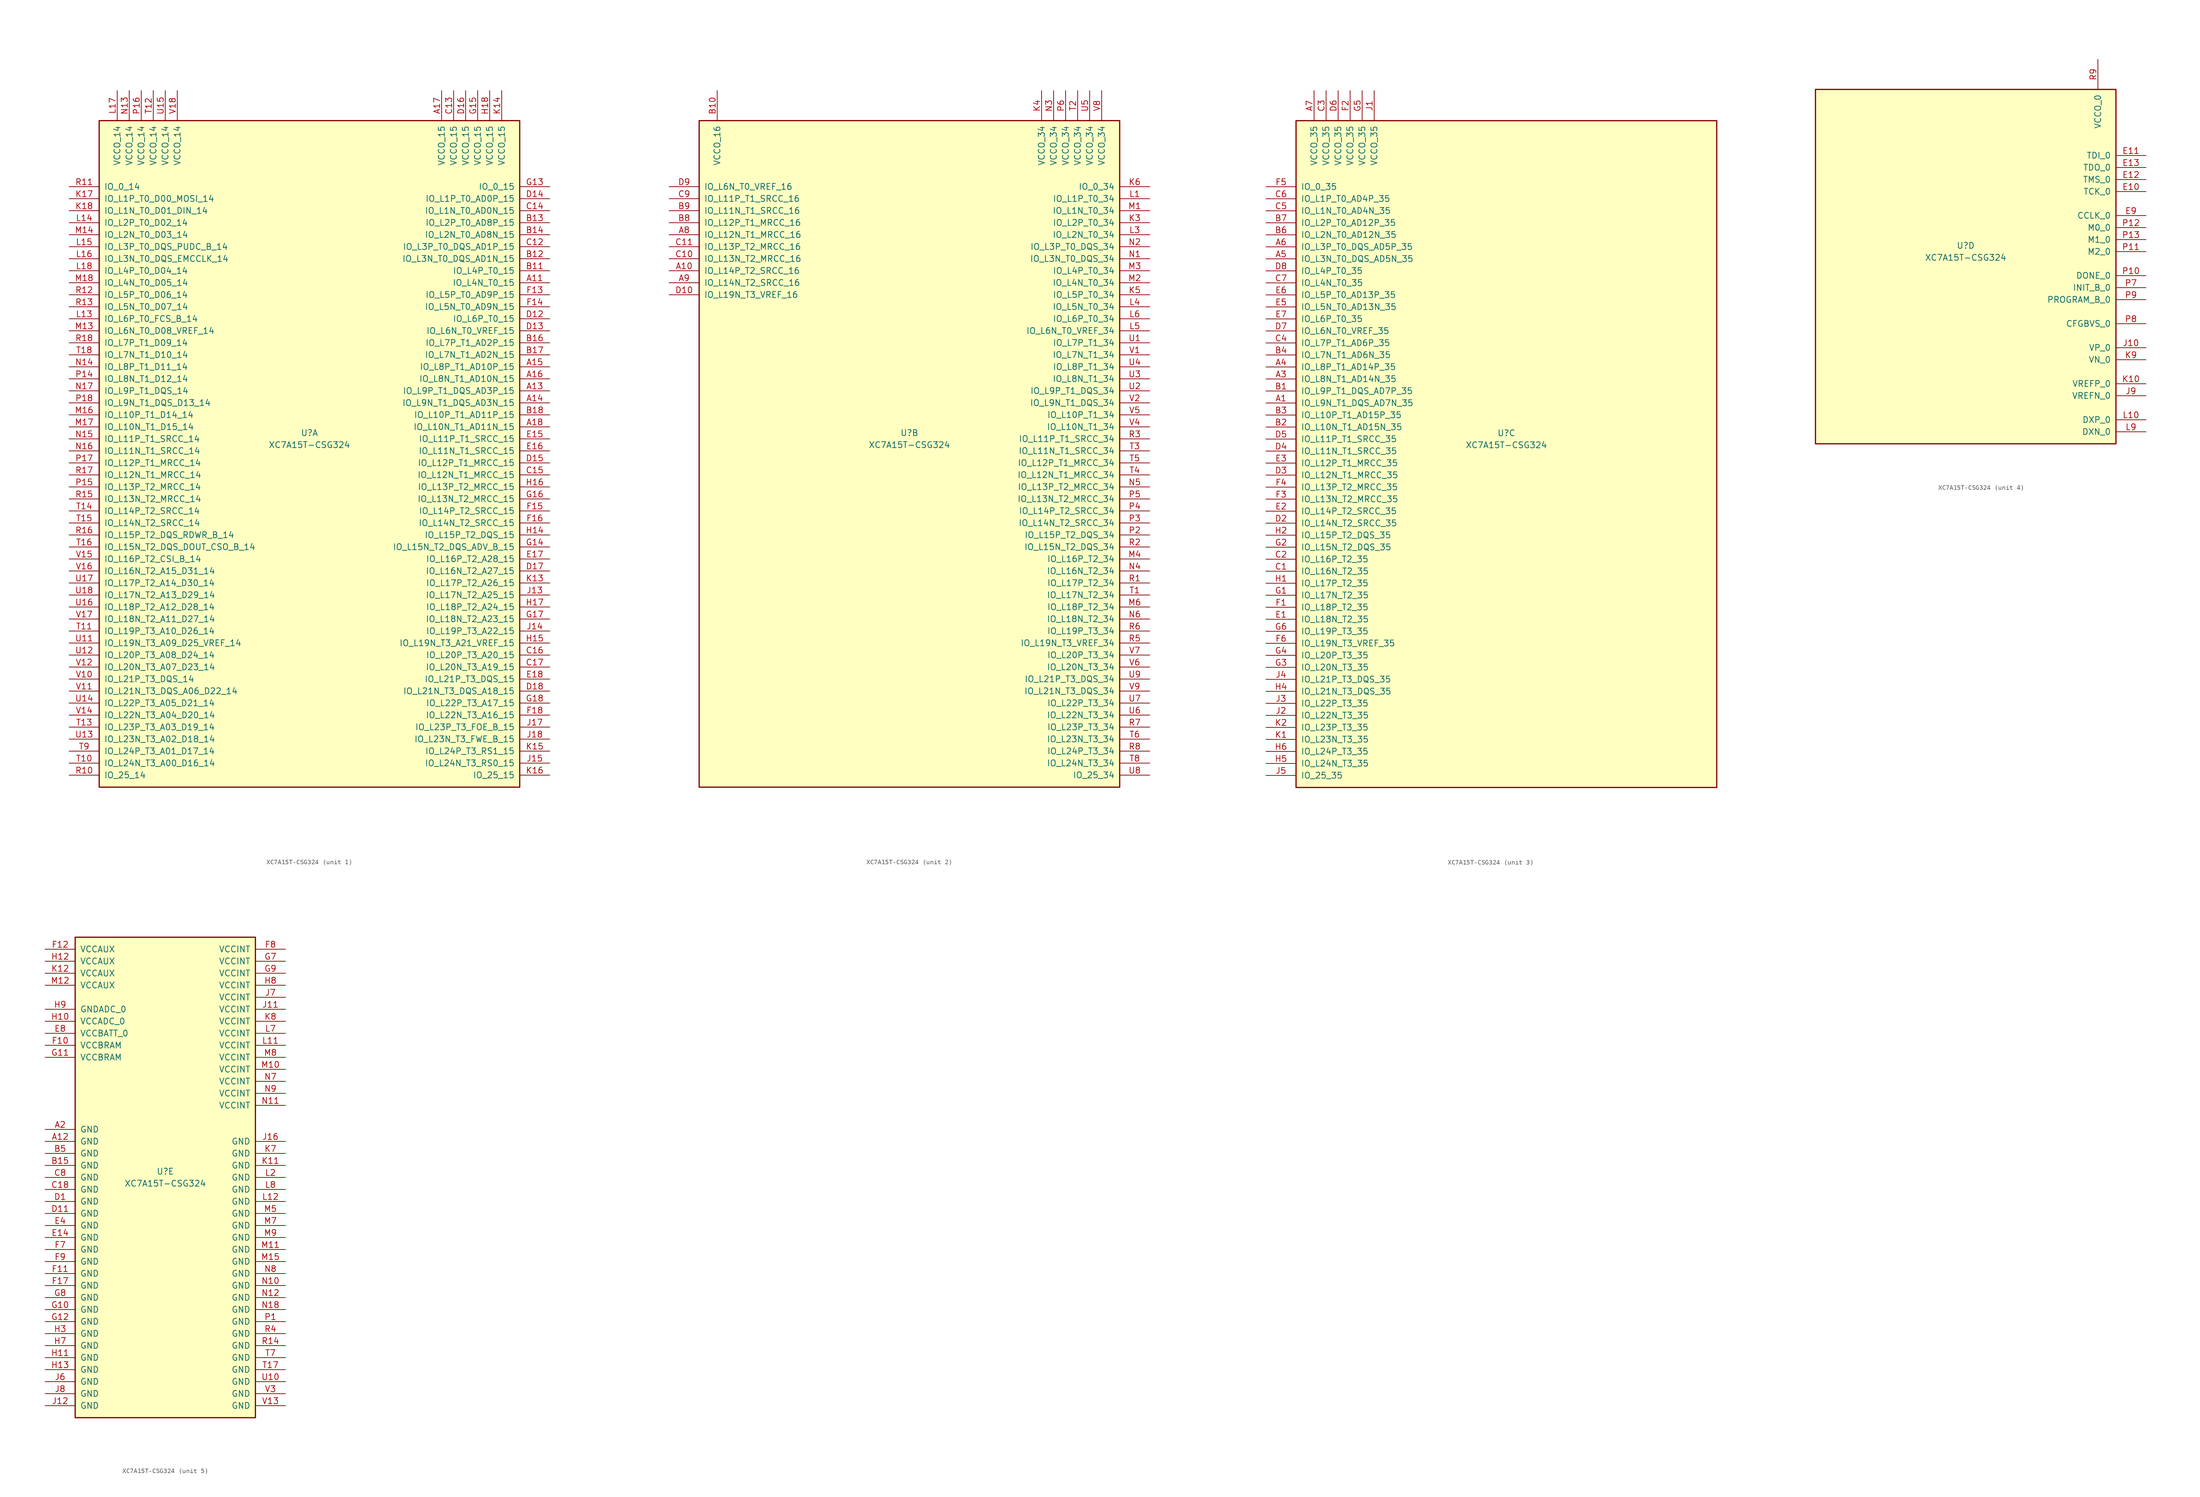
<source format=kicad_sym>
(kicad_symbol_lib
  (version 20211014)
  (generator kicad_symbol_editor)
  (symbol "XC7A15T-CSG324"
    (pin_names
      (offset 1.016))
    (property "Reference" "U"
      (at 0 1.27 0)
      (effects (font (size 1.27 1.27))))
    (property "Value" "XC7A15T-CSG324"
      (at 0 -1.27 0)
      (effects (font (size 1.27 1.27))))
    (property "Datasheet" ""
      (at 0 0 0)
      (effects (font (size 1.27 1.27))))
    (property "ki_locked" ""
      (at 0 0 0)
      (effects (font (size 1.27 1.27))))
    (symbol "XC7A15T-CSG324_1_1"
      (rectangle (start -44.45 67.31) (end 44.45 -73.66) (stroke (width 0.254) (type default) (color 0 0 0 0)) (fill (type background)))
      (pin bidirectional line (at 50.8 33.02 180) (length 6.35) (name "IO_L4N_T0_15" (effects (font (size 1.27 1.27)))) (number "A11" (effects (font (size 1.27 1.27)))))
      (pin bidirectional line (at 50.8 10.16 180) (length 6.35) (name "IO_L9P_T1_DQS_AD3P_15" (effects (font (size 1.27 1.27)))) (number "A13" (effects (font (size 1.27 1.27)))))
      (pin bidirectional line (at 50.8 7.62 180) (length 6.35) (name "IO_L9N_T1_DQS_AD3N_15" (effects (font (size 1.27 1.27)))) (number "A14" (effects (font (size 1.27 1.27)))))
      (pin bidirectional line (at 50.8 15.24 180) (length 6.35) (name "IO_L8P_T1_AD10P_15" (effects (font (size 1.27 1.27)))) (number "A15" (effects (font (size 1.27 1.27)))))
      (pin bidirectional line (at 50.8 12.7 180) (length 6.35) (name "IO_L8N_T1_AD10N_15" (effects (font (size 1.27 1.27)))) (number "A16" (effects (font (size 1.27 1.27)))))
      (pin power_in line (at 27.94 73.66 270) (length 6.35) (name "VCCO_15" (effects (font (size 1.27 1.27)))) (number "A17" (effects (font (size 1.27 1.27)))))
      (pin bidirectional line (at 50.8 2.54 180) (length 6.35) (name "IO_L10N_T1_AD11N_15" (effects (font (size 1.27 1.27)))) (number "A18" (effects (font (size 1.27 1.27)))))
      (pin bidirectional line (at 50.8 35.56 180) (length 6.35) (name "IO_L4P_T0_15" (effects (font (size 1.27 1.27)))) (number "B11" (effects (font (size 1.27 1.27)))))
      (pin bidirectional line (at 50.8 38.1 180) (length 6.35) (name "IO_L3N_T0_DQS_AD1N_15" (effects (font (size 1.27 1.27)))) (number "B12" (effects (font (size 1.27 1.27)))))
      (pin bidirectional line (at 50.8 45.72 180) (length 6.35) (name "IO_L2P_T0_AD8P_15" (effects (font (size 1.27 1.27)))) (number "B13" (effects (font (size 1.27 1.27)))))
      (pin bidirectional line (at 50.8 43.18 180) (length 6.35) (name "IO_L2N_T0_AD8N_15" (effects (font (size 1.27 1.27)))) (number "B14" (effects (font (size 1.27 1.27)))))
      (pin bidirectional line (at 50.8 20.32 180) (length 6.35) (name "IO_L7P_T1_AD2P_15" (effects (font (size 1.27 1.27)))) (number "B16" (effects (font (size 1.27 1.27)))))
      (pin bidirectional line (at 50.8 17.78 180) (length 6.35) (name "IO_L7N_T1_AD2N_15" (effects (font (size 1.27 1.27)))) (number "B17" (effects (font (size 1.27 1.27)))))
      (pin bidirectional line (at 50.8 5.08 180) (length 6.35) (name "IO_L10P_T1_AD11P_15" (effects (font (size 1.27 1.27)))) (number "B18" (effects (font (size 1.27 1.27)))))
      (pin bidirectional line (at 50.8 40.64 180) (length 6.35) (name "IO_L3P_T0_DQS_AD1P_15" (effects (font (size 1.27 1.27)))) (number "C12" (effects (font (size 1.27 1.27)))))
      (pin power_in line (at 30.48 73.66 270) (length 6.35) (name "VCCO_15" (effects (font (size 1.27 1.27)))) (number "C13" (effects (font (size 1.27 1.27)))))
      (pin bidirectional line (at 50.8 48.26 180) (length 6.35) (name "IO_L1N_T0_AD0N_15" (effects (font (size 1.27 1.27)))) (number "C14" (effects (font (size 1.27 1.27)))))
      (pin bidirectional line (at 50.8 -7.62 180) (length 6.35) (name "IO_L12N_T1_MRCC_15" (effects (font (size 1.27 1.27)))) (number "C15" (effects (font (size 1.27 1.27)))))
      (pin bidirectional line (at 50.8 -45.72 180) (length 6.35) (name "IO_L20P_T3_A20_15" (effects (font (size 1.27 1.27)))) (number "C16" (effects (font (size 1.27 1.27)))))
      (pin bidirectional line (at 50.8 -48.26 180) (length 6.35) (name "IO_L20N_T3_A19_15" (effects (font (size 1.27 1.27)))) (number "C17" (effects (font (size 1.27 1.27)))))
      (pin bidirectional line (at 50.8 25.4 180) (length 6.35) (name "IO_L6P_T0_15" (effects (font (size 1.27 1.27)))) (number "D12" (effects (font (size 1.27 1.27)))))
      (pin bidirectional line (at 50.8 22.86 180) (length 6.35) (name "IO_L6N_T0_VREF_15" (effects (font (size 1.27 1.27)))) (number "D13" (effects (font (size 1.27 1.27)))))
      (pin bidirectional line (at 50.8 50.8 180) (length 6.35) (name "IO_L1P_T0_AD0P_15" (effects (font (size 1.27 1.27)))) (number "D14" (effects (font (size 1.27 1.27)))))
      (pin bidirectional line (at 50.8 -5.08 180) (length 6.35) (name "IO_L12P_T1_MRCC_15" (effects (font (size 1.27 1.27)))) (number "D15" (effects (font (size 1.27 1.27)))))
      (pin power_in line (at 33.02 73.66 270) (length 6.35) (name "VCCO_15" (effects (font (size 1.27 1.27)))) (number "D16" (effects (font (size 1.27 1.27)))))
      (pin bidirectional line (at 50.8 -27.94 180) (length 6.35) (name "IO_L16N_T2_A27_15" (effects (font (size 1.27 1.27)))) (number "D17" (effects (font (size 1.27 1.27)))))
      (pin bidirectional line (at 50.8 -53.34 180) (length 6.35) (name "IO_L21N_T3_DQS_A18_15" (effects (font (size 1.27 1.27)))) (number "D18" (effects (font (size 1.27 1.27)))))
      (pin bidirectional line (at 50.8 0 180) (length 6.35) (name "IO_L11P_T1_SRCC_15" (effects (font (size 1.27 1.27)))) (number "E15" (effects (font (size 1.27 1.27)))))
      (pin bidirectional line (at 50.8 -2.54 180) (length 6.35) (name "IO_L11N_T1_SRCC_15" (effects (font (size 1.27 1.27)))) (number "E16" (effects (font (size 1.27 1.27)))))
      (pin bidirectional line (at 50.8 -25.4 180) (length 6.35) (name "IO_L16P_T2_A28_15" (effects (font (size 1.27 1.27)))) (number "E17" (effects (font (size 1.27 1.27)))))
      (pin bidirectional line (at 50.8 -50.8 180) (length 6.35) (name "IO_L21P_T3_DQS_15" (effects (font (size 1.27 1.27)))) (number "E18" (effects (font (size 1.27 1.27)))))
      (pin bidirectional line (at 50.8 30.48 180) (length 6.35) (name "IO_L5P_T0_AD9P_15" (effects (font (size 1.27 1.27)))) (number "F13" (effects (font (size 1.27 1.27)))))
      (pin bidirectional line (at 50.8 27.94 180) (length 6.35) (name "IO_L5N_T0_AD9N_15" (effects (font (size 1.27 1.27)))) (number "F14" (effects (font (size 1.27 1.27)))))
      (pin bidirectional line (at 50.8 -15.24 180) (length 6.35) (name "IO_L14P_T2_SRCC_15" (effects (font (size 1.27 1.27)))) (number "F15" (effects (font (size 1.27 1.27)))))
      (pin bidirectional line (at 50.8 -17.78 180) (length 6.35) (name "IO_L14N_T2_SRCC_15" (effects (font (size 1.27 1.27)))) (number "F16" (effects (font (size 1.27 1.27)))))
      (pin bidirectional line (at 50.8 -58.42 180) (length 6.35) (name "IO_L22N_T3_A16_15" (effects (font (size 1.27 1.27)))) (number "F18" (effects (font (size 1.27 1.27)))))
      (pin bidirectional line (at 50.8 53.34 180) (length 6.35) (name "IO_0_15" (effects (font (size 1.27 1.27)))) (number "G13" (effects (font (size 1.27 1.27)))))
      (pin bidirectional line (at 50.8 -22.86 180) (length 6.35) (name "IO_L15N_T2_DQS_ADV_B_15" (effects (font (size 1.27 1.27)))) (number "G14" (effects (font (size 1.27 1.27)))))
      (pin power_in line (at 35.56 73.66 270) (length 6.35) (name "VCCO_15" (effects (font (size 1.27 1.27)))) (number "G15" (effects (font (size 1.27 1.27)))))
      (pin bidirectional line (at 50.8 -12.7 180) (length 6.35) (name "IO_L13N_T2_MRCC_15" (effects (font (size 1.27 1.27)))) (number "G16" (effects (font (size 1.27 1.27)))))
      (pin bidirectional line (at 50.8 -38.1 180) (length 6.35) (name "IO_L18N_T2_A23_15" (effects (font (size 1.27 1.27)))) (number "G17" (effects (font (size 1.27 1.27)))))
      (pin bidirectional line (at 50.8 -55.88 180) (length 6.35) (name "IO_L22P_T3_A17_15" (effects (font (size 1.27 1.27)))) (number "G18" (effects (font (size 1.27 1.27)))))
      (pin bidirectional line (at 50.8 -20.32 180) (length 6.35) (name "IO_L15P_T2_DQS_15" (effects (font (size 1.27 1.27)))) (number "H14" (effects (font (size 1.27 1.27)))))
      (pin bidirectional line (at 50.8 -43.18 180) (length 6.35) (name "IO_L19N_T3_A21_VREF_15" (effects (font (size 1.27 1.27)))) (number "H15" (effects (font (size 1.27 1.27)))))
      (pin bidirectional line (at 50.8 -10.16 180) (length 6.35) (name "IO_L13P_T2_MRCC_15" (effects (font (size 1.27 1.27)))) (number "H16" (effects (font (size 1.27 1.27)))))
      (pin bidirectional line (at 50.8 -35.56 180) (length 6.35) (name "IO_L18P_T2_A24_15" (effects (font (size 1.27 1.27)))) (number "H17" (effects (font (size 1.27 1.27)))))
      (pin power_in line (at 38.1 73.66 270) (length 6.35) (name "VCCO_15" (effects (font (size 1.27 1.27)))) (number "H18" (effects (font (size 1.27 1.27)))))
      (pin bidirectional line (at 50.8 -33.02 180) (length 6.35) (name "IO_L17N_T2_A25_15" (effects (font (size 1.27 1.27)))) (number "J13" (effects (font (size 1.27 1.27)))))
      (pin bidirectional line (at 50.8 -40.64 180) (length 6.35) (name "IO_L19P_T3_A22_15" (effects (font (size 1.27 1.27)))) (number "J14" (effects (font (size 1.27 1.27)))))
      (pin bidirectional line (at 50.8 -68.58 180) (length 6.35) (name "IO_L24N_T3_RS0_15" (effects (font (size 1.27 1.27)))) (number "J15" (effects (font (size 1.27 1.27)))))
      (pin bidirectional line (at 50.8 -60.96 180) (length 6.35) (name "IO_L23P_T3_FOE_B_15" (effects (font (size 1.27 1.27)))) (number "J17" (effects (font (size 1.27 1.27)))))
      (pin bidirectional line (at 50.8 -63.5 180) (length 6.35) (name "IO_L23N_T3_FWE_B_15" (effects (font (size 1.27 1.27)))) (number "J18" (effects (font (size 1.27 1.27)))))
      (pin bidirectional line (at 50.8 -30.48 180) (length 6.35) (name "IO_L17P_T2_A26_15" (effects (font (size 1.27 1.27)))) (number "K13" (effects (font (size 1.27 1.27)))))
      (pin power_in line (at 40.64 73.66 270) (length 6.35) (name "VCCO_15" (effects (font (size 1.27 1.27)))) (number "K14" (effects (font (size 1.27 1.27)))))
      (pin bidirectional line (at 50.8 -66.04 180) (length 6.35) (name "IO_L24P_T3_RS1_15" (effects (font (size 1.27 1.27)))) (number "K15" (effects (font (size 1.27 1.27)))))
      (pin bidirectional line (at 50.8 -71.12 180) (length 6.35) (name "IO_25_15" (effects (font (size 1.27 1.27)))) (number "K16" (effects (font (size 1.27 1.27)))))
      (pin bidirectional line (at -50.8 50.8 0) (length 6.35) (name "IO_L1P_T0_D00_MOSI_14" (effects (font (size 1.27 1.27)))) (number "K17" (effects (font (size 1.27 1.27)))))
      (pin bidirectional line (at -50.8 48.26 0) (length 6.35) (name "IO_L1N_T0_D01_DIN_14" (effects (font (size 1.27 1.27)))) (number "K18" (effects (font (size 1.27 1.27)))))
      (pin bidirectional line (at -50.8 25.4 0) (length 6.35) (name "IO_L6P_T0_FCS_B_14" (effects (font (size 1.27 1.27)))) (number "L13" (effects (font (size 1.27 1.27)))))
      (pin bidirectional line (at -50.8 45.72 0) (length 6.35) (name "IO_L2P_T0_D02_14" (effects (font (size 1.27 1.27)))) (number "L14" (effects (font (size 1.27 1.27)))))
      (pin bidirectional line (at -50.8 40.64 0) (length 6.35) (name "IO_L3P_T0_DQS_PUDC_B_14" (effects (font (size 1.27 1.27)))) (number "L15" (effects (font (size 1.27 1.27)))))
      (pin bidirectional line (at -50.8 38.1 0) (length 6.35) (name "IO_L3N_T0_DQS_EMCCLK_14" (effects (font (size 1.27 1.27)))) (number "L16" (effects (font (size 1.27 1.27)))))
      (pin power_in line (at -40.64 73.66 270) (length 6.35) (name "VCCO_14" (effects (font (size 1.27 1.27)))) (number "L17" (effects (font (size 1.27 1.27)))))
      (pin bidirectional line (at -50.8 35.56 0) (length 6.35) (name "IO_L4P_T0_D04_14" (effects (font (size 1.27 1.27)))) (number "L18" (effects (font (size 1.27 1.27)))))
      (pin bidirectional line (at -50.8 22.86 0) (length 6.35) (name "IO_L6N_T0_D08_VREF_14" (effects (font (size 1.27 1.27)))) (number "M13" (effects (font (size 1.27 1.27)))))
      (pin bidirectional line (at -50.8 43.18 0) (length 6.35) (name "IO_L2N_T0_D03_14" (effects (font (size 1.27 1.27)))) (number "M14" (effects (font (size 1.27 1.27)))))
      (pin bidirectional line (at -50.8 5.08 0) (length 6.35) (name "IO_L10P_T1_D14_14" (effects (font (size 1.27 1.27)))) (number "M16" (effects (font (size 1.27 1.27)))))
      (pin bidirectional line (at -50.8 2.54 0) (length 6.35) (name "IO_L10N_T1_D15_14" (effects (font (size 1.27 1.27)))) (number "M17" (effects (font (size 1.27 1.27)))))
      (pin bidirectional line (at -50.8 33.02 0) (length 6.35) (name "IO_L4N_T0_D05_14" (effects (font (size 1.27 1.27)))) (number "M18" (effects (font (size 1.27 1.27)))))
      (pin power_in line (at -38.1 73.66 270) (length 6.35) (name "VCCO_14" (effects (font (size 1.27 1.27)))) (number "N13" (effects (font (size 1.27 1.27)))))
      (pin bidirectional line (at -50.8 15.24 0) (length 6.35) (name "IO_L8P_T1_D11_14" (effects (font (size 1.27 1.27)))) (number "N14" (effects (font (size 1.27 1.27)))))
      (pin bidirectional line (at -50.8 0 0) (length 6.35) (name "IO_L11P_T1_SRCC_14" (effects (font (size 1.27 1.27)))) (number "N15" (effects (font (size 1.27 1.27)))))
      (pin bidirectional line (at -50.8 -2.54 0) (length 6.35) (name "IO_L11N_T1_SRCC_14" (effects (font (size 1.27 1.27)))) (number "N16" (effects (font (size 1.27 1.27)))))
      (pin bidirectional line (at -50.8 10.16 0) (length 6.35) (name "IO_L9P_T1_DQS_14" (effects (font (size 1.27 1.27)))) (number "N17" (effects (font (size 1.27 1.27)))))
      (pin bidirectional line (at -50.8 12.7 0) (length 6.35) (name "IO_L8N_T1_D12_14" (effects (font (size 1.27 1.27)))) (number "P14" (effects (font (size 1.27 1.27)))))
      (pin bidirectional line (at -50.8 -10.16 0) (length 6.35) (name "IO_L13P_T2_MRCC_14" (effects (font (size 1.27 1.27)))) (number "P15" (effects (font (size 1.27 1.27)))))
      (pin power_in line (at -35.56 73.66 270) (length 6.35) (name "VCCO_14" (effects (font (size 1.27 1.27)))) (number "P16" (effects (font (size 1.27 1.27)))))
      (pin bidirectional line (at -50.8 -5.08 0) (length 6.35) (name "IO_L12P_T1_MRCC_14" (effects (font (size 1.27 1.27)))) (number "P17" (effects (font (size 1.27 1.27)))))
      (pin bidirectional line (at -50.8 7.62 0) (length 6.35) (name "IO_L9N_T1_DQS_D13_14" (effects (font (size 1.27 1.27)))) (number "P18" (effects (font (size 1.27 1.27)))))
      (pin bidirectional line (at -50.8 -71.12 0) (length 6.35) (name "IO_25_14" (effects (font (size 1.27 1.27)))) (number "R10" (effects (font (size 1.27 1.27)))))
      (pin bidirectional line (at -50.8 53.34 0) (length 6.35) (name "IO_0_14" (effects (font (size 1.27 1.27)))) (number "R11" (effects (font (size 1.27 1.27)))))
      (pin bidirectional line (at -50.8 30.48 0) (length 6.35) (name "IO_L5P_T0_D06_14" (effects (font (size 1.27 1.27)))) (number "R12" (effects (font (size 1.27 1.27)))))
      (pin bidirectional line (at -50.8 27.94 0) (length 6.35) (name "IO_L5N_T0_D07_14" (effects (font (size 1.27 1.27)))) (number "R13" (effects (font (size 1.27 1.27)))))
      (pin bidirectional line (at -50.8 -12.7 0) (length 6.35) (name "IO_L13N_T2_MRCC_14" (effects (font (size 1.27 1.27)))) (number "R15" (effects (font (size 1.27 1.27)))))
      (pin bidirectional line (at -50.8 -20.32 0) (length 6.35) (name "IO_L15P_T2_DQS_RDWR_B_14" (effects (font (size 1.27 1.27)))) (number "R16" (effects (font (size 1.27 1.27)))))
      (pin bidirectional line (at -50.8 -7.62 0) (length 6.35) (name "IO_L12N_T1_MRCC_14" (effects (font (size 1.27 1.27)))) (number "R17" (effects (font (size 1.27 1.27)))))
      (pin bidirectional line (at -50.8 20.32 0) (length 6.35) (name "IO_L7P_T1_D09_14" (effects (font (size 1.27 1.27)))) (number "R18" (effects (font (size 1.27 1.27)))))
      (pin bidirectional line (at -50.8 -68.58 0) (length 6.35) (name "IO_L24N_T3_A00_D16_14" (effects (font (size 1.27 1.27)))) (number "T10" (effects (font (size 1.27 1.27)))))
      (pin bidirectional line (at -50.8 -40.64 0) (length 6.35) (name "IO_L19P_T3_A10_D26_14" (effects (font (size 1.27 1.27)))) (number "T11" (effects (font (size 1.27 1.27)))))
      (pin power_in line (at -33.02 73.66 270) (length 6.35) (name "VCCO_14" (effects (font (size 1.27 1.27)))) (number "T12" (effects (font (size 1.27 1.27)))))
      (pin bidirectional line (at -50.8 -60.96 0) (length 6.35) (name "IO_L23P_T3_A03_D19_14" (effects (font (size 1.27 1.27)))) (number "T13" (effects (font (size 1.27 1.27)))))
      (pin bidirectional line (at -50.8 -15.24 0) (length 6.35) (name "IO_L14P_T2_SRCC_14" (effects (font (size 1.27 1.27)))) (number "T14" (effects (font (size 1.27 1.27)))))
      (pin bidirectional line (at -50.8 -17.78 0) (length 6.35) (name "IO_L14N_T2_SRCC_14" (effects (font (size 1.27 1.27)))) (number "T15" (effects (font (size 1.27 1.27)))))
      (pin bidirectional line (at -50.8 -22.86 0) (length 6.35) (name "IO_L15N_T2_DQS_DOUT_CSO_B_14" (effects (font (size 1.27 1.27)))) (number "T16" (effects (font (size 1.27 1.27)))))
      (pin bidirectional line (at -50.8 17.78 0) (length 6.35) (name "IO_L7N_T1_D10_14" (effects (font (size 1.27 1.27)))) (number "T18" (effects (font (size 1.27 1.27)))))
      (pin bidirectional line (at -50.8 -66.04 0) (length 6.35) (name "IO_L24P_T3_A01_D17_14" (effects (font (size 1.27 1.27)))) (number "T9" (effects (font (size 1.27 1.27)))))
      (pin bidirectional line (at -50.8 -43.18 0) (length 6.35) (name "IO_L19N_T3_A09_D25_VREF_14" (effects (font (size 1.27 1.27)))) (number "U11" (effects (font (size 1.27 1.27)))))
      (pin bidirectional line (at -50.8 -45.72 0) (length 6.35) (name "IO_L20P_T3_A08_D24_14" (effects (font (size 1.27 1.27)))) (number "U12" (effects (font (size 1.27 1.27)))))
      (pin bidirectional line (at -50.8 -63.5 0) (length 6.35) (name "IO_L23N_T3_A02_D18_14" (effects (font (size 1.27 1.27)))) (number "U13" (effects (font (size 1.27 1.27)))))
      (pin bidirectional line (at -50.8 -55.88 0) (length 6.35) (name "IO_L22P_T3_A05_D21_14" (effects (font (size 1.27 1.27)))) (number "U14" (effects (font (size 1.27 1.27)))))
      (pin power_in line (at -30.48 73.66 270) (length 6.35) (name "VCCO_14" (effects (font (size 1.27 1.27)))) (number "U15" (effects (font (size 1.27 1.27)))))
      (pin bidirectional line (at -50.8 -35.56 0) (length 6.35) (name "IO_L18P_T2_A12_D28_14" (effects (font (size 1.27 1.27)))) (number "U16" (effects (font (size 1.27 1.27)))))
      (pin bidirectional line (at -50.8 -30.48 0) (length 6.35) (name "IO_L17P_T2_A14_D30_14" (effects (font (size 1.27 1.27)))) (number "U17" (effects (font (size 1.27 1.27)))))
      (pin bidirectional line (at -50.8 -33.02 0) (length 6.35) (name "IO_L17N_T2_A13_D29_14" (effects (font (size 1.27 1.27)))) (number "U18" (effects (font (size 1.27 1.27)))))
      (pin bidirectional line (at -50.8 -50.8 0) (length 6.35) (name "IO_L21P_T3_DQS_14" (effects (font (size 1.27 1.27)))) (number "V10" (effects (font (size 1.27 1.27)))))
      (pin bidirectional line (at -50.8 -53.34 0) (length 6.35) (name "IO_L21N_T3_DQS_A06_D22_14" (effects (font (size 1.27 1.27)))) (number "V11" (effects (font (size 1.27 1.27)))))
      (pin bidirectional line (at -50.8 -48.26 0) (length 6.35) (name "IO_L20N_T3_A07_D23_14" (effects (font (size 1.27 1.27)))) (number "V12" (effects (font (size 1.27 1.27)))))
      (pin bidirectional line (at -50.8 -58.42 0) (length 6.35) (name "IO_L22N_T3_A04_D20_14" (effects (font (size 1.27 1.27)))) (number "V14" (effects (font (size 1.27 1.27)))))
      (pin bidirectional line (at -50.8 -25.4 0) (length 6.35) (name "IO_L16P_T2_CSI_B_14" (effects (font (size 1.27 1.27)))) (number "V15" (effects (font (size 1.27 1.27)))))
      (pin bidirectional line (at -50.8 -27.94 0) (length 6.35) (name "IO_L16N_T2_A15_D31_14" (effects (font (size 1.27 1.27)))) (number "V16" (effects (font (size 1.27 1.27)))))
      (pin bidirectional line (at -50.8 -38.1 0) (length 6.35) (name "IO_L18N_T2_A11_D27_14" (effects (font (size 1.27 1.27)))) (number "V17" (effects (font (size 1.27 1.27)))))
      (pin power_in line (at -27.94 73.66 270) (length 6.35) (name "VCCO_14" (effects (font (size 1.27 1.27)))) (number "V18" (effects (font (size 1.27 1.27))))))
    (symbol "XC7A15T-CSG324_2_1"
      (rectangle (start -44.45 67.31) (end 44.45 -73.66) (stroke (width 0.254) (type default) (color 0 0 0 0)) (fill (type background)))
      (pin bidirectional line (at -50.8 35.56 0) (length 6.35) (name "IO_L14P_T2_SRCC_16" (effects (font (size 1.27 1.27)))) (number "A10" (effects (font (size 1.27 1.27)))))
      (pin bidirectional line (at -50.8 43.18 0) (length 6.35) (name "IO_L12N_T1_MRCC_16" (effects (font (size 1.27 1.27)))) (number "A8" (effects (font (size 1.27 1.27)))))
      (pin bidirectional line (at -50.8 33.02 0) (length 6.35) (name "IO_L14N_T2_SRCC_16" (effects (font (size 1.27 1.27)))) (number "A9" (effects (font (size 1.27 1.27)))))
      (pin power_in line (at -40.64 73.66 270) (length 6.35) (name "VCCO_16" (effects (font (size 1.27 1.27)))) (number "B10" (effects (font (size 1.27 1.27)))))
      (pin bidirectional line (at -50.8 45.72 0) (length 6.35) (name "IO_L12P_T1_MRCC_16" (effects (font (size 1.27 1.27)))) (number "B8" (effects (font (size 1.27 1.27)))))
      (pin bidirectional line (at -50.8 48.26 0) (length 6.35) (name "IO_L11N_T1_SRCC_16" (effects (font (size 1.27 1.27)))) (number "B9" (effects (font (size 1.27 1.27)))))
      (pin bidirectional line (at -50.8 38.1 0) (length 6.35) (name "IO_L13N_T2_MRCC_16" (effects (font (size 1.27 1.27)))) (number "C10" (effects (font (size 1.27 1.27)))))
      (pin bidirectional line (at -50.8 40.64 0) (length 6.35) (name "IO_L13P_T2_MRCC_16" (effects (font (size 1.27 1.27)))) (number "C11" (effects (font (size 1.27 1.27)))))
      (pin bidirectional line (at -50.8 50.8 0) (length 6.35) (name "IO_L11P_T1_SRCC_16" (effects (font (size 1.27 1.27)))) (number "C9" (effects (font (size 1.27 1.27)))))
      (pin bidirectional line (at -50.8 30.48 0) (length 6.35) (name "IO_L19N_T3_VREF_16" (effects (font (size 1.27 1.27)))) (number "D10" (effects (font (size 1.27 1.27)))))
      (pin bidirectional line (at -50.8 53.34 0) (length 6.35) (name "IO_L6N_T0_VREF_16" (effects (font (size 1.27 1.27)))) (number "D9" (effects (font (size 1.27 1.27)))))
      (pin bidirectional line (at 50.8 45.72 180) (length 6.35) (name "IO_L2P_T0_34" (effects (font (size 1.27 1.27)))) (number "K3" (effects (font (size 1.27 1.27)))))
      (pin power_in line (at 27.94 73.66 270) (length 6.35) (name "VCCO_34" (effects (font (size 1.27 1.27)))) (number "K4" (effects (font (size 1.27 1.27)))))
      (pin bidirectional line (at 50.8 30.48 180) (length 6.35) (name "IO_L5P_T0_34" (effects (font (size 1.27 1.27)))) (number "K5" (effects (font (size 1.27 1.27)))))
      (pin bidirectional line (at 50.8 53.34 180) (length 6.35) (name "IO_0_34" (effects (font (size 1.27 1.27)))) (number "K6" (effects (font (size 1.27 1.27)))))
      (pin bidirectional line (at 50.8 50.8 180) (length 6.35) (name "IO_L1P_T0_34" (effects (font (size 1.27 1.27)))) (number "L1" (effects (font (size 1.27 1.27)))))
      (pin bidirectional line (at 50.8 43.18 180) (length 6.35) (name "IO_L2N_T0_34" (effects (font (size 1.27 1.27)))) (number "L3" (effects (font (size 1.27 1.27)))))
      (pin bidirectional line (at 50.8 27.94 180) (length 6.35) (name "IO_L5N_T0_34" (effects (font (size 1.27 1.27)))) (number "L4" (effects (font (size 1.27 1.27)))))
      (pin bidirectional line (at 50.8 22.86 180) (length 6.35) (name "IO_L6N_T0_VREF_34" (effects (font (size 1.27 1.27)))) (number "L5" (effects (font (size 1.27 1.27)))))
      (pin bidirectional line (at 50.8 25.4 180) (length 6.35) (name "IO_L6P_T0_34" (effects (font (size 1.27 1.27)))) (number "L6" (effects (font (size 1.27 1.27)))))
      (pin bidirectional line (at 50.8 48.26 180) (length 6.35) (name "IO_L1N_T0_34" (effects (font (size 1.27 1.27)))) (number "M1" (effects (font (size 1.27 1.27)))))
      (pin bidirectional line (at 50.8 33.02 180) (length 6.35) (name "IO_L4N_T0_34" (effects (font (size 1.27 1.27)))) (number "M2" (effects (font (size 1.27 1.27)))))
      (pin bidirectional line (at 50.8 35.56 180) (length 6.35) (name "IO_L4P_T0_34" (effects (font (size 1.27 1.27)))) (number "M3" (effects (font (size 1.27 1.27)))))
      (pin bidirectional line (at 50.8 -25.4 180) (length 6.35) (name "IO_L16P_T2_34" (effects (font (size 1.27 1.27)))) (number "M4" (effects (font (size 1.27 1.27)))))
      (pin bidirectional line (at 50.8 -35.56 180) (length 6.35) (name "IO_L18P_T2_34" (effects (font (size 1.27 1.27)))) (number "M6" (effects (font (size 1.27 1.27)))))
      (pin bidirectional line (at 50.8 38.1 180) (length 6.35) (name "IO_L3N_T0_DQS_34" (effects (font (size 1.27 1.27)))) (number "N1" (effects (font (size 1.27 1.27)))))
      (pin bidirectional line (at 50.8 40.64 180) (length 6.35) (name "IO_L3P_T0_DQS_34" (effects (font (size 1.27 1.27)))) (number "N2" (effects (font (size 1.27 1.27)))))
      (pin power_in line (at 30.48 73.66 270) (length 6.35) (name "VCCO_34" (effects (font (size 1.27 1.27)))) (number "N3" (effects (font (size 1.27 1.27)))))
      (pin bidirectional line (at 50.8 -27.94 180) (length 6.35) (name "IO_L16N_T2_34" (effects (font (size 1.27 1.27)))) (number "N4" (effects (font (size 1.27 1.27)))))
      (pin bidirectional line (at 50.8 -10.16 180) (length 6.35) (name "IO_L13P_T2_MRCC_34" (effects (font (size 1.27 1.27)))) (number "N5" (effects (font (size 1.27 1.27)))))
      (pin bidirectional line (at 50.8 -38.1 180) (length 6.35) (name "IO_L18N_T2_34" (effects (font (size 1.27 1.27)))) (number "N6" (effects (font (size 1.27 1.27)))))
      (pin bidirectional line (at 50.8 -20.32 180) (length 6.35) (name "IO_L15P_T2_DQS_34" (effects (font (size 1.27 1.27)))) (number "P2" (effects (font (size 1.27 1.27)))))
      (pin bidirectional line (at 50.8 -17.78 180) (length 6.35) (name "IO_L14N_T2_SRCC_34" (effects (font (size 1.27 1.27)))) (number "P3" (effects (font (size 1.27 1.27)))))
      (pin bidirectional line (at 50.8 -15.24 180) (length 6.35) (name "IO_L14P_T2_SRCC_34" (effects (font (size 1.27 1.27)))) (number "P4" (effects (font (size 1.27 1.27)))))
      (pin bidirectional line (at 50.8 -12.7 180) (length 6.35) (name "IO_L13N_T2_MRCC_34" (effects (font (size 1.27 1.27)))) (number "P5" (effects (font (size 1.27 1.27)))))
      (pin power_in line (at 33.02 73.66 270) (length 6.35) (name "VCCO_34" (effects (font (size 1.27 1.27)))) (number "P6" (effects (font (size 1.27 1.27)))))
      (pin bidirectional line (at 50.8 -30.48 180) (length 6.35) (name "IO_L17P_T2_34" (effects (font (size 1.27 1.27)))) (number "R1" (effects (font (size 1.27 1.27)))))
      (pin bidirectional line (at 50.8 -22.86 180) (length 6.35) (name "IO_L15N_T2_DQS_34" (effects (font (size 1.27 1.27)))) (number "R2" (effects (font (size 1.27 1.27)))))
      (pin bidirectional line (at 50.8 0 180) (length 6.35) (name "IO_L11P_T1_SRCC_34" (effects (font (size 1.27 1.27)))) (number "R3" (effects (font (size 1.27 1.27)))))
      (pin bidirectional line (at 50.8 -43.18 180) (length 6.35) (name "IO_L19N_T3_VREF_34" (effects (font (size 1.27 1.27)))) (number "R5" (effects (font (size 1.27 1.27)))))
      (pin bidirectional line (at 50.8 -40.64 180) (length 6.35) (name "IO_L19P_T3_34" (effects (font (size 1.27 1.27)))) (number "R6" (effects (font (size 1.27 1.27)))))
      (pin bidirectional line (at 50.8 -60.96 180) (length 6.35) (name "IO_L23P_T3_34" (effects (font (size 1.27 1.27)))) (number "R7" (effects (font (size 1.27 1.27)))))
      (pin bidirectional line (at 50.8 -66.04 180) (length 6.35) (name "IO_L24P_T3_34" (effects (font (size 1.27 1.27)))) (number "R8" (effects (font (size 1.27 1.27)))))
      (pin bidirectional line (at 50.8 -33.02 180) (length 6.35) (name "IO_L17N_T2_34" (effects (font (size 1.27 1.27)))) (number "T1" (effects (font (size 1.27 1.27)))))
      (pin power_in line (at 35.56 73.66 270) (length 6.35) (name "VCCO_34" (effects (font (size 1.27 1.27)))) (number "T2" (effects (font (size 1.27 1.27)))))
      (pin bidirectional line (at 50.8 -2.54 180) (length 6.35) (name "IO_L11N_T1_SRCC_34" (effects (font (size 1.27 1.27)))) (number "T3" (effects (font (size 1.27 1.27)))))
      (pin bidirectional line (at 50.8 -7.62 180) (length 6.35) (name "IO_L12N_T1_MRCC_34" (effects (font (size 1.27 1.27)))) (number "T4" (effects (font (size 1.27 1.27)))))
      (pin bidirectional line (at 50.8 -5.08 180) (length 6.35) (name "IO_L12P_T1_MRCC_34" (effects (font (size 1.27 1.27)))) (number "T5" (effects (font (size 1.27 1.27)))))
      (pin bidirectional line (at 50.8 -63.5 180) (length 6.35) (name "IO_L23N_T3_34" (effects (font (size 1.27 1.27)))) (number "T6" (effects (font (size 1.27 1.27)))))
      (pin bidirectional line (at 50.8 -68.58 180) (length 6.35) (name "IO_L24N_T3_34" (effects (font (size 1.27 1.27)))) (number "T8" (effects (font (size 1.27 1.27)))))
      (pin bidirectional line (at 50.8 20.32 180) (length 6.35) (name "IO_L7P_T1_34" (effects (font (size 1.27 1.27)))) (number "U1" (effects (font (size 1.27 1.27)))))
      (pin bidirectional line (at 50.8 10.16 180) (length 6.35) (name "IO_L9P_T1_DQS_34" (effects (font (size 1.27 1.27)))) (number "U2" (effects (font (size 1.27 1.27)))))
      (pin bidirectional line (at 50.8 12.7 180) (length 6.35) (name "IO_L8N_T1_34" (effects (font (size 1.27 1.27)))) (number "U3" (effects (font (size 1.27 1.27)))))
      (pin bidirectional line (at 50.8 15.24 180) (length 6.35) (name "IO_L8P_T1_34" (effects (font (size 1.27 1.27)))) (number "U4" (effects (font (size 1.27 1.27)))))
      (pin power_in line (at 38.1 73.66 270) (length 6.35) (name "VCCO_34" (effects (font (size 1.27 1.27)))) (number "U5" (effects (font (size 1.27 1.27)))))
      (pin bidirectional line (at 50.8 -58.42 180) (length 6.35) (name "IO_L22N_T3_34" (effects (font (size 1.27 1.27)))) (number "U6" (effects (font (size 1.27 1.27)))))
      (pin bidirectional line (at 50.8 -55.88 180) (length 6.35) (name "IO_L22P_T3_34" (effects (font (size 1.27 1.27)))) (number "U7" (effects (font (size 1.27 1.27)))))
      (pin bidirectional line (at 50.8 -71.12 180) (length 6.35) (name "IO_25_34" (effects (font (size 1.27 1.27)))) (number "U8" (effects (font (size 1.27 1.27)))))
      (pin bidirectional line (at 50.8 -50.8 180) (length 6.35) (name "IO_L21P_T3_DQS_34" (effects (font (size 1.27 1.27)))) (number "U9" (effects (font (size 1.27 1.27)))))
      (pin bidirectional line (at 50.8 17.78 180) (length 6.35) (name "IO_L7N_T1_34" (effects (font (size 1.27 1.27)))) (number "V1" (effects (font (size 1.27 1.27)))))
      (pin bidirectional line (at 50.8 7.62 180) (length 6.35) (name "IO_L9N_T1_DQS_34" (effects (font (size 1.27 1.27)))) (number "V2" (effects (font (size 1.27 1.27)))))
      (pin bidirectional line (at 50.8 2.54 180) (length 6.35) (name "IO_L10N_T1_34" (effects (font (size 1.27 1.27)))) (number "V4" (effects (font (size 1.27 1.27)))))
      (pin bidirectional line (at 50.8 5.08 180) (length 6.35) (name "IO_L10P_T1_34" (effects (font (size 1.27 1.27)))) (number "V5" (effects (font (size 1.27 1.27)))))
      (pin bidirectional line (at 50.8 -48.26 180) (length 6.35) (name "IO_L20N_T3_34" (effects (font (size 1.27 1.27)))) (number "V6" (effects (font (size 1.27 1.27)))))
      (pin bidirectional line (at 50.8 -45.72 180) (length 6.35) (name "IO_L20P_T3_34" (effects (font (size 1.27 1.27)))) (number "V7" (effects (font (size 1.27 1.27)))))
      (pin power_in line (at 40.64 73.66 270) (length 6.35) (name "VCCO_34" (effects (font (size 1.27 1.27)))) (number "V8" (effects (font (size 1.27 1.27)))))
      (pin bidirectional line (at 50.8 -53.34 180) (length 6.35) (name "IO_L21N_T3_DQS_34" (effects (font (size 1.27 1.27)))) (number "V9" (effects (font (size 1.27 1.27))))))
    (symbol "XC7A15T-CSG324_3_1"
      (rectangle (start -44.45 67.31) (end 44.45 -73.66) (stroke (width 0.254) (type default) (color 0 0 0 0)) (fill (type background)))
      (pin bidirectional line (at -50.8 7.62 0) (length 6.35) (name "IO_L9N_T1_DQS_AD7N_35" (effects (font (size 1.27 1.27)))) (number "A1" (effects (font (size 1.27 1.27)))))
      (pin bidirectional line (at -50.8 12.7 0) (length 6.35) (name "IO_L8N_T1_AD14N_35" (effects (font (size 1.27 1.27)))) (number "A3" (effects (font (size 1.27 1.27)))))
      (pin bidirectional line (at -50.8 15.24 0) (length 6.35) (name "IO_L8P_T1_AD14P_35" (effects (font (size 1.27 1.27)))) (number "A4" (effects (font (size 1.27 1.27)))))
      (pin bidirectional line (at -50.8 38.1 0) (length 6.35) (name "IO_L3N_T0_DQS_AD5N_35" (effects (font (size 1.27 1.27)))) (number "A5" (effects (font (size 1.27 1.27)))))
      (pin bidirectional line (at -50.8 40.64 0) (length 6.35) (name "IO_L3P_T0_DQS_AD5P_35" (effects (font (size 1.27 1.27)))) (number "A6" (effects (font (size 1.27 1.27)))))
      (pin power_in line (at -40.64 73.66 270) (length 6.35) (name "VCCO_35" (effects (font (size 1.27 1.27)))) (number "A7" (effects (font (size 1.27 1.27)))))
      (pin bidirectional line (at -50.8 10.16 0) (length 6.35) (name "IO_L9P_T1_DQS_AD7P_35" (effects (font (size 1.27 1.27)))) (number "B1" (effects (font (size 1.27 1.27)))))
      (pin bidirectional line (at -50.8 2.54 0) (length 6.35) (name "IO_L10N_T1_AD15N_35" (effects (font (size 1.27 1.27)))) (number "B2" (effects (font (size 1.27 1.27)))))
      (pin bidirectional line (at -50.8 5.08 0) (length 6.35) (name "IO_L10P_T1_AD15P_35" (effects (font (size 1.27 1.27)))) (number "B3" (effects (font (size 1.27 1.27)))))
      (pin bidirectional line (at -50.8 17.78 0) (length 6.35) (name "IO_L7N_T1_AD6N_35" (effects (font (size 1.27 1.27)))) (number "B4" (effects (font (size 1.27 1.27)))))
      (pin bidirectional line (at -50.8 43.18 0) (length 6.35) (name "IO_L2N_T0_AD12N_35" (effects (font (size 1.27 1.27)))) (number "B6" (effects (font (size 1.27 1.27)))))
      (pin bidirectional line (at -50.8 45.72 0) (length 6.35) (name "IO_L2P_T0_AD12P_35" (effects (font (size 1.27 1.27)))) (number "B7" (effects (font (size 1.27 1.27)))))
      (pin bidirectional line (at -50.8 -27.94 0) (length 6.35) (name "IO_L16N_T2_35" (effects (font (size 1.27 1.27)))) (number "C1" (effects (font (size 1.27 1.27)))))
      (pin bidirectional line (at -50.8 -25.4 0) (length 6.35) (name "IO_L16P_T2_35" (effects (font (size 1.27 1.27)))) (number "C2" (effects (font (size 1.27 1.27)))))
      (pin power_in line (at -38.1 73.66 270) (length 6.35) (name "VCCO_35" (effects (font (size 1.27 1.27)))) (number "C3" (effects (font (size 1.27 1.27)))))
      (pin bidirectional line (at -50.8 20.32 0) (length 6.35) (name "IO_L7P_T1_AD6P_35" (effects (font (size 1.27 1.27)))) (number "C4" (effects (font (size 1.27 1.27)))))
      (pin bidirectional line (at -50.8 48.26 0) (length 6.35) (name "IO_L1N_T0_AD4N_35" (effects (font (size 1.27 1.27)))) (number "C5" (effects (font (size 1.27 1.27)))))
      (pin bidirectional line (at -50.8 50.8 0) (length 6.35) (name "IO_L1P_T0_AD4P_35" (effects (font (size 1.27 1.27)))) (number "C6" (effects (font (size 1.27 1.27)))))
      (pin bidirectional line (at -50.8 33.02 0) (length 6.35) (name "IO_L4N_T0_35" (effects (font (size 1.27 1.27)))) (number "C7" (effects (font (size 1.27 1.27)))))
      (pin bidirectional line (at -50.8 -17.78 0) (length 6.35) (name "IO_L14N_T2_SRCC_35" (effects (font (size 1.27 1.27)))) (number "D2" (effects (font (size 1.27 1.27)))))
      (pin bidirectional line (at -50.8 -7.62 0) (length 6.35) (name "IO_L12N_T1_MRCC_35" (effects (font (size 1.27 1.27)))) (number "D3" (effects (font (size 1.27 1.27)))))
      (pin bidirectional line (at -50.8 -2.54 0) (length 6.35) (name "IO_L11N_T1_SRCC_35" (effects (font (size 1.27 1.27)))) (number "D4" (effects (font (size 1.27 1.27)))))
      (pin bidirectional line (at -50.8 0 0) (length 6.35) (name "IO_L11P_T1_SRCC_35" (effects (font (size 1.27 1.27)))) (number "D5" (effects (font (size 1.27 1.27)))))
      (pin power_in line (at -35.56 73.66 270) (length 6.35) (name "VCCO_35" (effects (font (size 1.27 1.27)))) (number "D6" (effects (font (size 1.27 1.27)))))
      (pin bidirectional line (at -50.8 22.86 0) (length 6.35) (name "IO_L6N_T0_VREF_35" (effects (font (size 1.27 1.27)))) (number "D7" (effects (font (size 1.27 1.27)))))
      (pin bidirectional line (at -50.8 35.56 0) (length 6.35) (name "IO_L4P_T0_35" (effects (font (size 1.27 1.27)))) (number "D8" (effects (font (size 1.27 1.27)))))
      (pin bidirectional line (at -50.8 -38.1 0) (length 6.35) (name "IO_L18N_T2_35" (effects (font (size 1.27 1.27)))) (number "E1" (effects (font (size 1.27 1.27)))))
      (pin bidirectional line (at -50.8 -15.24 0) (length 6.35) (name "IO_L14P_T2_SRCC_35" (effects (font (size 1.27 1.27)))) (number "E2" (effects (font (size 1.27 1.27)))))
      (pin bidirectional line (at -50.8 -5.08 0) (length 6.35) (name "IO_L12P_T1_MRCC_35" (effects (font (size 1.27 1.27)))) (number "E3" (effects (font (size 1.27 1.27)))))
      (pin bidirectional line (at -50.8 27.94 0) (length 6.35) (name "IO_L5N_T0_AD13N_35" (effects (font (size 1.27 1.27)))) (number "E5" (effects (font (size 1.27 1.27)))))
      (pin bidirectional line (at -50.8 30.48 0) (length 6.35) (name "IO_L5P_T0_AD13P_35" (effects (font (size 1.27 1.27)))) (number "E6" (effects (font (size 1.27 1.27)))))
      (pin bidirectional line (at -50.8 25.4 0) (length 6.35) (name "IO_L6P_T0_35" (effects (font (size 1.27 1.27)))) (number "E7" (effects (font (size 1.27 1.27)))))
      (pin bidirectional line (at -50.8 -35.56 0) (length 6.35) (name "IO_L18P_T2_35" (effects (font (size 1.27 1.27)))) (number "F1" (effects (font (size 1.27 1.27)))))
      (pin power_in line (at -33.02 73.66 270) (length 6.35) (name "VCCO_35" (effects (font (size 1.27 1.27)))) (number "F2" (effects (font (size 1.27 1.27)))))
      (pin bidirectional line (at -50.8 -12.7 0) (length 6.35) (name "IO_L13N_T2_MRCC_35" (effects (font (size 1.27 1.27)))) (number "F3" (effects (font (size 1.27 1.27)))))
      (pin bidirectional line (at -50.8 -10.16 0) (length 6.35) (name "IO_L13P_T2_MRCC_35" (effects (font (size 1.27 1.27)))) (number "F4" (effects (font (size 1.27 1.27)))))
      (pin bidirectional line (at -50.8 53.34 0) (length 6.35) (name "IO_0_35" (effects (font (size 1.27 1.27)))) (number "F5" (effects (font (size 1.27 1.27)))))
      (pin bidirectional line (at -50.8 -43.18 0) (length 6.35) (name "IO_L19N_T3_VREF_35" (effects (font (size 1.27 1.27)))) (number "F6" (effects (font (size 1.27 1.27)))))
      (pin bidirectional line (at -50.8 -33.02 0) (length 6.35) (name "IO_L17N_T2_35" (effects (font (size 1.27 1.27)))) (number "G1" (effects (font (size 1.27 1.27)))))
      (pin bidirectional line (at -50.8 -22.86 0) (length 6.35) (name "IO_L15N_T2_DQS_35" (effects (font (size 1.27 1.27)))) (number "G2" (effects (font (size 1.27 1.27)))))
      (pin bidirectional line (at -50.8 -48.26 0) (length 6.35) (name "IO_L20N_T3_35" (effects (font (size 1.27 1.27)))) (number "G3" (effects (font (size 1.27 1.27)))))
      (pin bidirectional line (at -50.8 -45.72 0) (length 6.35) (name "IO_L20P_T3_35" (effects (font (size 1.27 1.27)))) (number "G4" (effects (font (size 1.27 1.27)))))
      (pin power_in line (at -30.48 73.66 270) (length 6.35) (name "VCCO_35" (effects (font (size 1.27 1.27)))) (number "G5" (effects (font (size 1.27 1.27)))))
      (pin bidirectional line (at -50.8 -40.64 0) (length 6.35) (name "IO_L19P_T3_35" (effects (font (size 1.27 1.27)))) (number "G6" (effects (font (size 1.27 1.27)))))
      (pin bidirectional line (at -50.8 -30.48 0) (length 6.35) (name "IO_L17P_T2_35" (effects (font (size 1.27 1.27)))) (number "H1" (effects (font (size 1.27 1.27)))))
      (pin bidirectional line (at -50.8 -20.32 0) (length 6.35) (name "IO_L15P_T2_DQS_35" (effects (font (size 1.27 1.27)))) (number "H2" (effects (font (size 1.27 1.27)))))
      (pin bidirectional line (at -50.8 -53.34 0) (length 6.35) (name "IO_L21N_T3_DQS_35" (effects (font (size 1.27 1.27)))) (number "H4" (effects (font (size 1.27 1.27)))))
      (pin bidirectional line (at -50.8 -68.58 0) (length 6.35) (name "IO_L24N_T3_35" (effects (font (size 1.27 1.27)))) (number "H5" (effects (font (size 1.27 1.27)))))
      (pin bidirectional line (at -50.8 -66.04 0) (length 6.35) (name "IO_L24P_T3_35" (effects (font (size 1.27 1.27)))) (number "H6" (effects (font (size 1.27 1.27)))))
      (pin power_in line (at -27.94 73.66 270) (length 6.35) (name "VCCO_35" (effects (font (size 1.27 1.27)))) (number "J1" (effects (font (size 1.27 1.27)))))
      (pin bidirectional line (at -50.8 -58.42 0) (length 6.35) (name "IO_L22N_T3_35" (effects (font (size 1.27 1.27)))) (number "J2" (effects (font (size 1.27 1.27)))))
      (pin bidirectional line (at -50.8 -55.88 0) (length 6.35) (name "IO_L22P_T3_35" (effects (font (size 1.27 1.27)))) (number "J3" (effects (font (size 1.27 1.27)))))
      (pin bidirectional line (at -50.8 -50.8 0) (length 6.35) (name "IO_L21P_T3_DQS_35" (effects (font (size 1.27 1.27)))) (number "J4" (effects (font (size 1.27 1.27)))))
      (pin bidirectional line (at -50.8 -71.12 0) (length 6.35) (name "IO_25_35" (effects (font (size 1.27 1.27)))) (number "J5" (effects (font (size 1.27 1.27)))))
      (pin bidirectional line (at -50.8 -63.5 0) (length 6.35) (name "IO_L23N_T3_35" (effects (font (size 1.27 1.27)))) (number "K1" (effects (font (size 1.27 1.27)))))
      (pin bidirectional line (at -50.8 -60.96 0) (length 6.35) (name "IO_L23P_T3_35" (effects (font (size 1.27 1.27)))) (number "K2" (effects (font (size 1.27 1.27))))))
    (symbol "XC7A15T-CSG324_4_1"
      (rectangle (start -31.75 34.29) (end 31.75 -40.64) (stroke (width 0.254) (type default) (color 0 0 0 0)) (fill (type background)))
      (pin bidirectional line (at 38.1 12.7 180) (length 6.35) (name "TCK_0" (effects (font (size 1.27 1.27)))) (number "E10" (effects (font (size 1.27 1.27)))))
      (pin bidirectional line (at 38.1 20.32 180) (length 6.35) (name "TDI_0" (effects (font (size 1.27 1.27)))) (number "E11" (effects (font (size 1.27 1.27)))))
      (pin bidirectional line (at 38.1 15.24 180) (length 6.35) (name "TMS_0" (effects (font (size 1.27 1.27)))) (number "E12" (effects (font (size 1.27 1.27)))))
      (pin bidirectional line (at 38.1 17.78 180) (length 6.35) (name "TDO_0" (effects (font (size 1.27 1.27)))) (number "E13" (effects (font (size 1.27 1.27)))))
      (pin bidirectional line (at 38.1 7.62 180) (length 6.35) (name "CCLK_0" (effects (font (size 1.27 1.27)))) (number "E9" (effects (font (size 1.27 1.27)))))
      (pin bidirectional line (at 38.1 -20.32 180) (length 6.35) (name "VP_0" (effects (font (size 1.27 1.27)))) (number "J10" (effects (font (size 1.27 1.27)))))
      (pin bidirectional line (at 38.1 -30.48 180) (length 6.35) (name "VREFN_0" (effects (font (size 1.27 1.27)))) (number "J9" (effects (font (size 1.27 1.27)))))
      (pin bidirectional line (at 38.1 -27.94 180) (length 6.35) (name "VREFP_0" (effects (font (size 1.27 1.27)))) (number "K10" (effects (font (size 1.27 1.27)))))
      (pin bidirectional line (at 38.1 -22.86 180) (length 6.35) (name "VN_0" (effects (font (size 1.27 1.27)))) (number "K9" (effects (font (size 1.27 1.27)))))
      (pin bidirectional line (at 38.1 -35.56 180) (length 6.35) (name "DXP_0" (effects (font (size 1.27 1.27)))) (number "L10" (effects (font (size 1.27 1.27)))))
      (pin bidirectional line (at 38.1 -38.1 180) (length 6.35) (name "DXN_0" (effects (font (size 1.27 1.27)))) (number "L9" (effects (font (size 1.27 1.27)))))
      (pin bidirectional line (at 38.1 -5.08 180) (length 6.35) (name "DONE_0" (effects (font (size 1.27 1.27)))) (number "P10" (effects (font (size 1.27 1.27)))))
      (pin bidirectional line (at 38.1 0 180) (length 6.35) (name "M2_0" (effects (font (size 1.27 1.27)))) (number "P11" (effects (font (size 1.27 1.27)))))
      (pin bidirectional line (at 38.1 5.08 180) (length 6.35) (name "M0_0" (effects (font (size 1.27 1.27)))) (number "P12" (effects (font (size 1.27 1.27)))))
      (pin bidirectional line (at 38.1 2.54 180) (length 6.35) (name "M1_0" (effects (font (size 1.27 1.27)))) (number "P13" (effects (font (size 1.27 1.27)))))
      (pin bidirectional line (at 38.1 -7.62 180) (length 6.35) (name "INIT_B_0" (effects (font (size 1.27 1.27)))) (number "P7" (effects (font (size 1.27 1.27)))))
      (pin bidirectional line (at 38.1 -15.24 180) (length 6.35) (name "CFGBVS_0" (effects (font (size 1.27 1.27)))) (number "P8" (effects (font (size 1.27 1.27)))))
      (pin bidirectional line (at 38.1 -10.16 180) (length 6.35) (name "PROGRAM_B_0" (effects (font (size 1.27 1.27)))) (number "P9" (effects (font (size 1.27 1.27)))))
      (pin power_in line (at 27.94 40.64 270) (length 6.35) (name "VCCO_0" (effects (font (size 1.27 1.27)))) (number "R9" (effects (font (size 1.27 1.27))))))
    (symbol "XC7A15T-CSG324_5_1"
      (rectangle (start -19.05 50.8) (end 19.05 -50.8) (stroke (width 0.254) (type default) (color 0 0 0 0)) (fill (type background)))
      (pin power_in line (at -25.4 7.62 0) (length 6.35) (name "GND" (effects (font (size 1.27 1.27)))) (number "A12" (effects (font (size 1.27 1.27)))))
      (pin power_in line (at -25.4 10.16 0) (length 6.35) (name "GND" (effects (font (size 1.27 1.27)))) (number "A2" (effects (font (size 1.27 1.27)))))
      (pin power_in line (at -25.4 2.54 0) (length 6.35) (name "GND" (effects (font (size 1.27 1.27)))) (number "B15" (effects (font (size 1.27 1.27)))))
      (pin power_in line (at -25.4 5.08 0) (length 6.35) (name "GND" (effects (font (size 1.27 1.27)))) (number "B5" (effects (font (size 1.27 1.27)))))
      (pin power_in line (at -25.4 -2.54 0) (length 6.35) (name "GND" (effects (font (size 1.27 1.27)))) (number "C18" (effects (font (size 1.27 1.27)))))
      (pin power_in line (at -25.4 0 0) (length 6.35) (name "GND" (effects (font (size 1.27 1.27)))) (number "C8" (effects (font (size 1.27 1.27)))))
      (pin power_in line (at -25.4 -5.08 0) (length 6.35) (name "GND" (effects (font (size 1.27 1.27)))) (number "D1" (effects (font (size 1.27 1.27)))))
      (pin power_in line (at -25.4 -7.62 0) (length 6.35) (name "GND" (effects (font (size 1.27 1.27)))) (number "D11" (effects (font (size 1.27 1.27)))))
      (pin power_in line (at -25.4 -12.7 0) (length 6.35) (name "GND" (effects (font (size 1.27 1.27)))) (number "E14" (effects (font (size 1.27 1.27)))))
      (pin power_in line (at -25.4 -10.16 0) (length 6.35) (name "GND" (effects (font (size 1.27 1.27)))) (number "E4" (effects (font (size 1.27 1.27)))))
      (pin power_in line (at -25.4 30.48 0) (length 6.35) (name "VCCBATT_0" (effects (font (size 1.27 1.27)))) (number "E8" (effects (font (size 1.27 1.27)))))
      (pin power_in line (at -25.4 27.94 0) (length 6.35) (name "VCCBRAM" (effects (font (size 1.27 1.27)))) (number "F10" (effects (font (size 1.27 1.27)))))
      (pin power_in line (at -25.4 -20.32 0) (length 6.35) (name "GND" (effects (font (size 1.27 1.27)))) (number "F11" (effects (font (size 1.27 1.27)))))
      (pin power_in line (at -25.4 48.26 0) (length 6.35) (name "VCCAUX" (effects (font (size 1.27 1.27)))) (number "F12" (effects (font (size 1.27 1.27)))))
      (pin power_in line (at -25.4 -22.86 0) (length 6.35) (name "GND" (effects (font (size 1.27 1.27)))) (number "F17" (effects (font (size 1.27 1.27)))))
      (pin power_in line (at -25.4 -15.24 0) (length 6.35) (name "GND" (effects (font (size 1.27 1.27)))) (number "F7" (effects (font (size 1.27 1.27)))))
      (pin power_in line (at 25.4 48.26 180) (length 6.35) (name "VCCINT" (effects (font (size 1.27 1.27)))) (number "F8" (effects (font (size 1.27 1.27)))))
      (pin power_in line (at -25.4 -17.78 0) (length 6.35) (name "GND" (effects (font (size 1.27 1.27)))) (number "F9" (effects (font (size 1.27 1.27)))))
      (pin power_in line (at -25.4 -27.94 0) (length 6.35) (name "GND" (effects (font (size 1.27 1.27)))) (number "G10" (effects (font (size 1.27 1.27)))))
      (pin power_in line (at -25.4 25.4 0) (length 6.35) (name "VCCBRAM" (effects (font (size 1.27 1.27)))) (number "G11" (effects (font (size 1.27 1.27)))))
      (pin power_in line (at -25.4 -30.48 0) (length 6.35) (name "GND" (effects (font (size 1.27 1.27)))) (number "G12" (effects (font (size 1.27 1.27)))))
      (pin power_in line (at 25.4 45.72 180) (length 6.35) (name "VCCINT" (effects (font (size 1.27 1.27)))) (number "G7" (effects (font (size 1.27 1.27)))))
      (pin power_in line (at -25.4 -25.4 0) (length 6.35) (name "GND" (effects (font (size 1.27 1.27)))) (number "G8" (effects (font (size 1.27 1.27)))))
      (pin power_in line (at 25.4 43.18 180) (length 6.35) (name "VCCINT" (effects (font (size 1.27 1.27)))) (number "G9" (effects (font (size 1.27 1.27)))))
      (pin power_in line (at -25.4 33.02 0) (length 6.35) (name "VCCADC_0" (effects (font (size 1.27 1.27)))) (number "H10" (effects (font (size 1.27 1.27)))))
      (pin power_in line (at -25.4 -38.1 0) (length 6.35) (name "GND" (effects (font (size 1.27 1.27)))) (number "H11" (effects (font (size 1.27 1.27)))))
      (pin power_in line (at -25.4 45.72 0) (length 6.35) (name "VCCAUX" (effects (font (size 1.27 1.27)))) (number "H12" (effects (font (size 1.27 1.27)))))
      (pin power_in line (at -25.4 -40.64 0) (length 6.35) (name "GND" (effects (font (size 1.27 1.27)))) (number "H13" (effects (font (size 1.27 1.27)))))
      (pin power_in line (at -25.4 -33.02 0) (length 6.35) (name "GND" (effects (font (size 1.27 1.27)))) (number "H3" (effects (font (size 1.27 1.27)))))
      (pin power_in line (at -25.4 -35.56 0) (length 6.35) (name "GND" (effects (font (size 1.27 1.27)))) (number "H7" (effects (font (size 1.27 1.27)))))
      (pin power_in line (at 25.4 40.64 180) (length 6.35) (name "VCCINT" (effects (font (size 1.27 1.27)))) (number "H8" (effects (font (size 1.27 1.27)))))
      (pin power_in line (at -25.4 35.56 0) (length 6.35) (name "GNDADC_0" (effects (font (size 1.27 1.27)))) (number "H9" (effects (font (size 1.27 1.27)))))
      (pin power_in line (at 25.4 35.56 180) (length 6.35) (name "VCCINT" (effects (font (size 1.27 1.27)))) (number "J11" (effects (font (size 1.27 1.27)))))
      (pin power_in line (at -25.4 -48.26 0) (length 6.35) (name "GND" (effects (font (size 1.27 1.27)))) (number "J12" (effects (font (size 1.27 1.27)))))
      (pin power_in line (at 25.4 7.62 180) (length 6.35) (name "GND" (effects (font (size 1.27 1.27)))) (number "J16" (effects (font (size 1.27 1.27)))))
      (pin power_in line (at -25.4 -43.18 0) (length 6.35) (name "GND" (effects (font (size 1.27 1.27)))) (number "J6" (effects (font (size 1.27 1.27)))))
      (pin power_in line (at 25.4 38.1 180) (length 6.35) (name "VCCINT" (effects (font (size 1.27 1.27)))) (number "J7" (effects (font (size 1.27 1.27)))))
      (pin power_in line (at -25.4 -45.72 0) (length 6.35) (name "GND" (effects (font (size 1.27 1.27)))) (number "J8" (effects (font (size 1.27 1.27)))))
      (pin power_in line (at 25.4 2.54 180) (length 6.35) (name "GND" (effects (font (size 1.27 1.27)))) (number "K11" (effects (font (size 1.27 1.27)))))
      (pin power_in line (at -25.4 43.18 0) (length 6.35) (name "VCCAUX" (effects (font (size 1.27 1.27)))) (number "K12" (effects (font (size 1.27 1.27)))))
      (pin power_in line (at 25.4 5.08 180) (length 6.35) (name "GND" (effects (font (size 1.27 1.27)))) (number "K7" (effects (font (size 1.27 1.27)))))
      (pin power_in line (at 25.4 33.02 180) (length 6.35) (name "VCCINT" (effects (font (size 1.27 1.27)))) (number "K8" (effects (font (size 1.27 1.27)))))
      (pin power_in line (at 25.4 27.94 180) (length 6.35) (name "VCCINT" (effects (font (size 1.27 1.27)))) (number "L11" (effects (font (size 1.27 1.27)))))
      (pin power_in line (at 25.4 -5.08 180) (length 6.35) (name "GND" (effects (font (size 1.27 1.27)))) (number "L12" (effects (font (size 1.27 1.27)))))
      (pin power_in line (at 25.4 0 180) (length 6.35) (name "GND" (effects (font (size 1.27 1.27)))) (number "L2" (effects (font (size 1.27 1.27)))))
      (pin power_in line (at 25.4 30.48 180) (length 6.35) (name "VCCINT" (effects (font (size 1.27 1.27)))) (number "L7" (effects (font (size 1.27 1.27)))))
      (pin power_in line (at 25.4 -2.54 180) (length 6.35) (name "GND" (effects (font (size 1.27 1.27)))) (number "L8" (effects (font (size 1.27 1.27)))))
      (pin power_in line (at 25.4 22.86 180) (length 6.35) (name "VCCINT" (effects (font (size 1.27 1.27)))) (number "M10" (effects (font (size 1.27 1.27)))))
      (pin power_in line (at 25.4 -15.24 180) (length 6.35) (name "GND" (effects (font (size 1.27 1.27)))) (number "M11" (effects (font (size 1.27 1.27)))))
      (pin power_in line (at -25.4 40.64 0) (length 6.35) (name "VCCAUX" (effects (font (size 1.27 1.27)))) (number "M12" (effects (font (size 1.27 1.27)))))
      (pin power_in line (at 25.4 -17.78 180) (length 6.35) (name "GND" (effects (font (size 1.27 1.27)))) (number "M15" (effects (font (size 1.27 1.27)))))
      (pin power_in line (at 25.4 -7.62 180) (length 6.35) (name "GND" (effects (font (size 1.27 1.27)))) (number "M5" (effects (font (size 1.27 1.27)))))
      (pin power_in line (at 25.4 -10.16 180) (length 6.35) (name "GND" (effects (font (size 1.27 1.27)))) (number "M7" (effects (font (size 1.27 1.27)))))
      (pin power_in line (at 25.4 25.4 180) (length 6.35) (name "VCCINT" (effects (font (size 1.27 1.27)))) (number "M8" (effects (font (size 1.27 1.27)))))
      (pin power_in line (at 25.4 -12.7 180) (length 6.35) (name "GND" (effects (font (size 1.27 1.27)))) (number "M9" (effects (font (size 1.27 1.27)))))
      (pin power_in line (at 25.4 -22.86 180) (length 6.35) (name "GND" (effects (font (size 1.27 1.27)))) (number "N10" (effects (font (size 1.27 1.27)))))
      (pin power_in line (at 25.4 15.24 180) (length 6.35) (name "VCCINT" (effects (font (size 1.27 1.27)))) (number "N11" (effects (font (size 1.27 1.27)))))
      (pin power_in line (at 25.4 -25.4 180) (length 6.35) (name "GND" (effects (font (size 1.27 1.27)))) (number "N12" (effects (font (size 1.27 1.27)))))
      (pin power_in line (at 25.4 -27.94 180) (length 6.35) (name "GND" (effects (font (size 1.27 1.27)))) (number "N18" (effects (font (size 1.27 1.27)))))
      (pin power_in line (at 25.4 20.32 180) (length 6.35) (name "VCCINT" (effects (font (size 1.27 1.27)))) (number "N7" (effects (font (size 1.27 1.27)))))
      (pin power_in line (at 25.4 -20.32 180) (length 6.35) (name "GND" (effects (font (size 1.27 1.27)))) (number "N8" (effects (font (size 1.27 1.27)))))
      (pin power_in line (at 25.4 17.78 180) (length 6.35) (name "VCCINT" (effects (font (size 1.27 1.27)))) (number "N9" (effects (font (size 1.27 1.27)))))
      (pin power_in line (at 25.4 -30.48 180) (length 6.35) (name "GND" (effects (font (size 1.27 1.27)))) (number "P1" (effects (font (size 1.27 1.27)))))
      (pin power_in line (at 25.4 -35.56 180) (length 6.35) (name "GND" (effects (font (size 1.27 1.27)))) (number "R14" (effects (font (size 1.27 1.27)))))
      (pin power_in line (at 25.4 -33.02 180) (length 6.35) (name "GND" (effects (font (size 1.27 1.27)))) (number "R4" (effects (font (size 1.27 1.27)))))
      (pin power_in line (at 25.4 -40.64 180) (length 6.35) (name "GND" (effects (font (size 1.27 1.27)))) (number "T17" (effects (font (size 1.27 1.27)))))
      (pin power_in line (at 25.4 -38.1 180) (length 6.35) (name "GND" (effects (font (size 1.27 1.27)))) (number "T7" (effects (font (size 1.27 1.27)))))
      (pin power_in line (at 25.4 -43.18 180) (length 6.35) (name "GND" (effects (font (size 1.27 1.27)))) (number "U10" (effects (font (size 1.27 1.27)))))
      (pin power_in line (at 25.4 -48.26 180) (length 6.35) (name "GND" (effects (font (size 1.27 1.27)))) (number "V13" (effects (font (size 1.27 1.27)))))
      (pin power_in line (at 25.4 -45.72 180) (length 6.35) (name "GND" (effects (font (size 1.27 1.27)))) (number "V3" (effects (font (size 1.27 1.27))))))))
</source>
